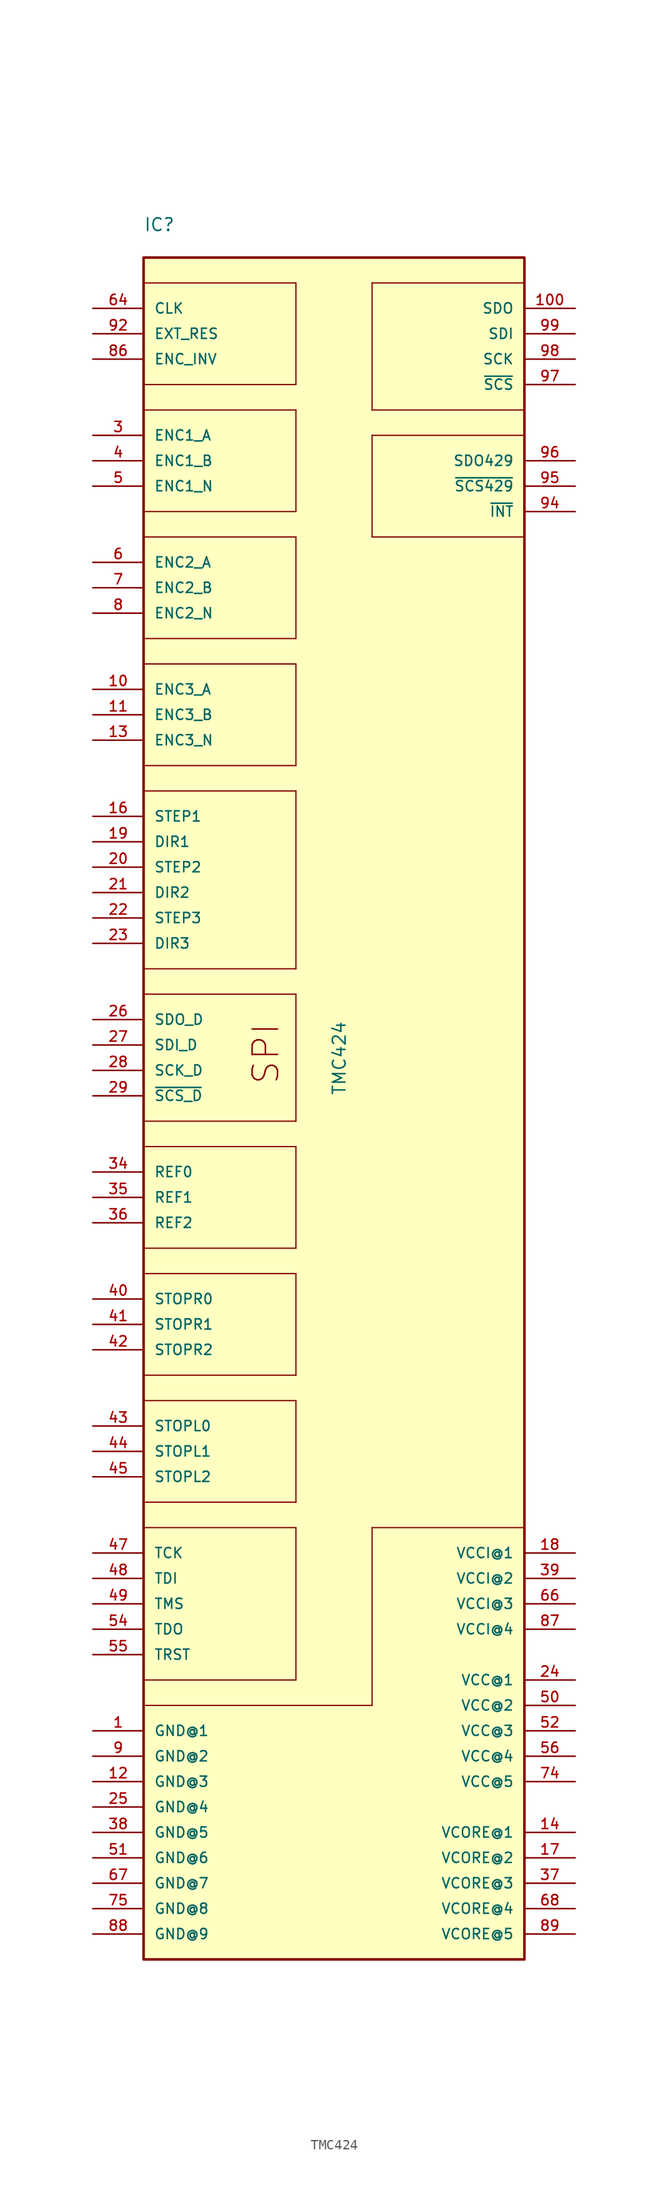
<source format=kicad_sym>
(kicad_symbol_lib
  (version 20220914)
  (generator kicad_symbol_editor)
  (symbol "TMC424"
    (pin_names
      (offset 1.016))
    (property "Reference" "IC"
      (at -20.32 76.2 0)
      (effects (font (size 1.27 1.27)) (justify left bottom)))
    (property "Value" "TMC424"
      (at 0 -10.16 90)
      (effects (font (size 1.27 1.27)) (justify left bottom)))
    (symbol "TMC424_0_0"
      (rectangle (start -20.32 -96.52) (end 17.78 73.66) (stroke (width 0.254) (type default)) (fill (type background)))
      (polyline (pts (xy -20.32 -71.12) (xy 2.54 -71.12)) (stroke (width 0.127) (type default)) (fill (type none)))
      (polyline (pts (xy -20.32 -53.34) (xy -5.08 -53.34)) (stroke (width 0.127) (type default)) (fill (type none)))
      (polyline (pts (xy -20.32 -40.64) (xy -5.08 -40.64)) (stroke (width 0.127) (type default)) (fill (type none)))
      (polyline (pts (xy -20.32 -27.94) (xy -5.08 -27.94)) (stroke (width 0.127) (type default)) (fill (type none)))
      (polyline (pts (xy -20.32 -15.24) (xy -5.08 -15.24)) (stroke (width 0.127) (type default)) (fill (type none)))
      (polyline (pts (xy -20.32 0) (xy -5.08 0)) (stroke (width 0.127) (type default)) (fill (type none)))
      (polyline (pts (xy -20.32 20.32) (xy -5.08 20.32)) (stroke (width 0.127) (type default)) (fill (type none)))
      (polyline (pts (xy -20.32 33.02) (xy -5.08 33.02)) (stroke (width 0.127) (type default)) (fill (type none)))
      (polyline (pts (xy -20.32 45.72) (xy -5.08 45.72)) (stroke (width 0.127) (type default)) (fill (type none)))
      (polyline (pts (xy -20.32 58.42) (xy -5.08 58.42)) (stroke (width 0.127) (type default)) (fill (type none)))
      (polyline (pts (xy -20.32 71.12) (xy -5.08 71.12)) (stroke (width 0.127) (type default)) (fill (type none)))
      (polyline (pts (xy -5.08 -68.58) (xy -20.32 -68.58)) (stroke (width 0.127) (type default)) (fill (type none)))
      (polyline (pts (xy -5.08 -53.34) (xy -5.08 -68.58)) (stroke (width 0.127) (type default)) (fill (type none)))
      (polyline (pts (xy -5.08 -50.8) (xy -20.32 -50.8)) (stroke (width 0.127) (type default)) (fill (type none)))
      (polyline (pts (xy -5.08 -40.64) (xy -5.08 -50.8)) (stroke (width 0.127) (type default)) (fill (type none)))
      (polyline (pts (xy -5.08 -38.1) (xy -20.32 -38.1)) (stroke (width 0.127) (type default)) (fill (type none)))
      (polyline (pts (xy -5.08 -27.94) (xy -5.08 -38.1)) (stroke (width 0.127) (type default)) (fill (type none)))
      (polyline (pts (xy -5.08 -25.4) (xy -20.32 -25.4)) (stroke (width 0.127) (type default)) (fill (type none)))
      (polyline (pts (xy -5.08 -15.24) (xy -5.08 -25.4)) (stroke (width 0.127) (type default)) (fill (type none)))
      (polyline (pts (xy -5.08 -12.7) (xy -20.32 -12.7)) (stroke (width 0.127) (type default)) (fill (type none)))
      (polyline (pts (xy -5.08 0) (xy -5.08 -12.7)) (stroke (width 0.127) (type default)) (fill (type none)))
      (polyline (pts (xy -5.08 2.54) (xy -20.32 2.54)) (stroke (width 0.127) (type default)) (fill (type none)))
      (polyline (pts (xy -5.08 20.32) (xy -5.08 2.54)) (stroke (width 0.127) (type default)) (fill (type none)))
      (polyline (pts (xy -5.08 22.86) (xy -20.32 22.86)) (stroke (width 0.127) (type default)) (fill (type none)))
      (polyline (pts (xy -5.08 33.02) (xy -5.08 22.86)) (stroke (width 0.127) (type default)) (fill (type none)))
      (polyline (pts (xy -5.08 35.56) (xy -20.32 35.56)) (stroke (width 0.127) (type default)) (fill (type none)))
      (polyline (pts (xy -5.08 45.72) (xy -5.08 35.56)) (stroke (width 0.127) (type default)) (fill (type none)))
      (polyline (pts (xy -5.08 48.26) (xy -20.32 48.26)) (stroke (width 0.127) (type default)) (fill (type none)))
      (polyline (pts (xy -5.08 58.42) (xy -5.08 48.26)) (stroke (width 0.127) (type default)) (fill (type none)))
      (polyline (pts (xy -5.08 60.96) (xy -20.32 60.96)) (stroke (width 0.127) (type default)) (fill (type none)))
      (polyline (pts (xy -5.08 71.12) (xy -5.08 60.96)) (stroke (width 0.127) (type default)) (fill (type none)))
      (polyline (pts (xy 2.54 -71.12) (xy 2.54 -53.34)) (stroke (width 0.127) (type default)) (fill (type none)))
      (polyline (pts (xy 2.54 -53.34) (xy 17.78 -53.34)) (stroke (width 0.127) (type default)) (fill (type none)))
      (polyline (pts (xy 2.54 45.72) (xy 17.78 45.72)) (stroke (width 0.127) (type default)) (fill (type none)))
      (polyline (pts (xy 2.54 55.88) (xy 2.54 45.72)) (stroke (width 0.127) (type default)) (fill (type none)))
      (polyline (pts (xy 2.54 58.42) (xy 17.78 58.42)) (stroke (width 0.127) (type default)) (fill (type none)))
      (polyline (pts (xy 2.54 71.12) (xy 2.54 58.42)) (stroke (width 0.127) (type default)) (fill (type none)))
      (polyline (pts (xy 17.78 55.88) (xy 2.54 55.88)) (stroke (width 0.127) (type default)) (fill (type none)))
      (polyline (pts (xy 17.78 71.12) (xy 2.54 71.12)) (stroke (width 0.127) (type default)) (fill (type none)))
      (text "SPI" (at -6.604 -9.144 900) (effects (font (size 2.54 2.54)) (justify left bottom)))
      (pin input line (at -25.4 -73.66 0) (length 5.08) (name "GND@1" (effects (font (size 1.016 1.016)))) (number "1" (effects (font (size 1.016 1.016)))))
      (pin input line (at -25.4 30.48 0) (length 5.08) (name "ENC3_A" (effects (font (size 1.016 1.016)))) (number "10" (effects (font (size 1.016 1.016)))))
      (pin output line (at 22.86 68.58 180) (length 5.08) (name "SDO" (effects (font (size 1.016 1.016)))) (number "100" (effects (font (size 1.016 1.016)))))
      (pin input line (at -25.4 27.94 0) (length 5.08) (name "ENC3_B" (effects (font (size 1.016 1.016)))) (number "11" (effects (font (size 1.016 1.016)))))
      (pin input line (at -25.4 -78.74 0) (length 5.08) (name "GND@3" (effects (font (size 1.016 1.016)))) (number "12" (effects (font (size 1.016 1.016)))))
      (pin input line (at -25.4 25.4 0) (length 5.08) (name "ENC3_N" (effects (font (size 1.016 1.016)))) (number "13" (effects (font (size 1.016 1.016)))))
      (pin input line (at 22.86 -83.82 180) (length 5.08) (name "VCORE@1" (effects (font (size 1.016 1.016)))) (number "14" (effects (font (size 1.016 1.016)))))
      (pin output line (at -25.4 17.78 0) (length 5.08) (name "STEP1" (effects (font (size 1.016 1.016)))) (number "16" (effects (font (size 1.016 1.016)))))
      (pin input line (at 22.86 -86.36 180) (length 5.08) (name "VCORE@2" (effects (font (size 1.016 1.016)))) (number "17" (effects (font (size 1.016 1.016)))))
      (pin input line (at 22.86 -55.88 180) (length 5.08) (name "VCCI@1" (effects (font (size 1.016 1.016)))) (number "18" (effects (font (size 1.016 1.016)))))
      (pin output line (at -25.4 15.24 0) (length 5.08) (name "DIR1" (effects (font (size 1.016 1.016)))) (number "19" (effects (font (size 1.016 1.016)))))
      (pin output line (at -25.4 12.7 0) (length 5.08) (name "STEP2" (effects (font (size 1.016 1.016)))) (number "20" (effects (font (size 1.016 1.016)))))
      (pin output line (at -25.4 10.16 0) (length 5.08) (name "DIR2" (effects (font (size 1.016 1.016)))) (number "21" (effects (font (size 1.016 1.016)))))
      (pin output line (at -25.4 7.62 0) (length 5.08) (name "STEP3" (effects (font (size 1.016 1.016)))) (number "22" (effects (font (size 1.016 1.016)))))
      (pin output line (at -25.4 5.08 0) (length 5.08) (name "DIR3" (effects (font (size 1.016 1.016)))) (number "23" (effects (font (size 1.016 1.016)))))
      (pin input line (at 22.86 -68.58 180) (length 5.08) (name "VCC@1" (effects (font (size 1.016 1.016)))) (number "24" (effects (font (size 1.016 1.016)))))
      (pin input line (at -25.4 -81.28 0) (length 5.08) (name "GND@4" (effects (font (size 1.016 1.016)))) (number "25" (effects (font (size 1.016 1.016)))))
      (pin output line (at -25.4 -2.54 0) (length 5.08) (name "SDO_D" (effects (font (size 1.016 1.016)))) (number "26" (effects (font (size 1.016 1.016)))))
      (pin input line (at -25.4 -5.08 0) (length 5.08) (name "SDI_D" (effects (font (size 1.016 1.016)))) (number "27" (effects (font (size 1.016 1.016)))))
      (pin input line (at -25.4 -7.62 0) (length 5.08) (name "SCK_D" (effects (font (size 1.016 1.016)))) (number "28" (effects (font (size 1.016 1.016)))))
      (pin input line (at -25.4 -10.16 0) (length 5.08) (name "~{SCS_D}" (effects (font (size 1.016 1.016)))) (number "29" (effects (font (size 1.016 1.016)))))
      (pin input line (at -25.4 55.88 0) (length 5.08) (name "ENC1_A" (effects (font (size 1.016 1.016)))) (number "3" (effects (font (size 1.016 1.016)))))
      (pin output line (at -25.4 -17.78 0) (length 5.08) (name "REF0" (effects (font (size 1.016 1.016)))) (number "34" (effects (font (size 1.016 1.016)))))
      (pin output line (at -25.4 -20.32 0) (length 5.08) (name "REF1" (effects (font (size 1.016 1.016)))) (number "35" (effects (font (size 1.016 1.016)))))
      (pin output line (at -25.4 -22.86 0) (length 5.08) (name "REF2" (effects (font (size 1.016 1.016)))) (number "36" (effects (font (size 1.016 1.016)))))
      (pin input line (at 22.86 -88.9 180) (length 5.08) (name "VCORE@3" (effects (font (size 1.016 1.016)))) (number "37" (effects (font (size 1.016 1.016)))))
      (pin input line (at -25.4 -83.82 0) (length 5.08) (name "GND@5" (effects (font (size 1.016 1.016)))) (number "38" (effects (font (size 1.016 1.016)))))
      (pin input line (at 22.86 -58.42 180) (length 5.08) (name "VCCI@2" (effects (font (size 1.016 1.016)))) (number "39" (effects (font (size 1.016 1.016)))))
      (pin input line (at -25.4 53.34 0) (length 5.08) (name "ENC1_B" (effects (font (size 1.016 1.016)))) (number "4" (effects (font (size 1.016 1.016)))))
      (pin input line (at -25.4 -30.48 0) (length 5.08) (name "STOPR0" (effects (font (size 1.016 1.016)))) (number "40" (effects (font (size 1.016 1.016)))))
      (pin input line (at -25.4 -33.02 0) (length 5.08) (name "STOPR1" (effects (font (size 1.016 1.016)))) (number "41" (effects (font (size 1.016 1.016)))))
      (pin input line (at -25.4 -35.56 0) (length 5.08) (name "STOPR2" (effects (font (size 1.016 1.016)))) (number "42" (effects (font (size 1.016 1.016)))))
      (pin input line (at -25.4 -43.18 0) (length 5.08) (name "STOPL0" (effects (font (size 1.016 1.016)))) (number "43" (effects (font (size 1.016 1.016)))))
      (pin input line (at -25.4 -45.72 0) (length 5.08) (name "STOPL1" (effects (font (size 1.016 1.016)))) (number "44" (effects (font (size 1.016 1.016)))))
      (pin input line (at -25.4 -48.26 0) (length 5.08) (name "STOPL2" (effects (font (size 1.016 1.016)))) (number "45" (effects (font (size 1.016 1.016)))))
      (pin input line (at -25.4 -55.88 0) (length 5.08) (name "TCK" (effects (font (size 1.016 1.016)))) (number "47" (effects (font (size 1.016 1.016)))))
      (pin input line (at -25.4 -58.42 0) (length 5.08) (name "TDI" (effects (font (size 1.016 1.016)))) (number "48" (effects (font (size 1.016 1.016)))))
      (pin input line (at -25.4 -60.96 0) (length 5.08) (name "TMS" (effects (font (size 1.016 1.016)))) (number "49" (effects (font (size 1.016 1.016)))))
      (pin input line (at -25.4 50.8 0) (length 5.08) (name "ENC1_N" (effects (font (size 1.016 1.016)))) (number "5" (effects (font (size 1.016 1.016)))))
      (pin input line (at 22.86 -71.12 180) (length 5.08) (name "VCC@2" (effects (font (size 1.016 1.016)))) (number "50" (effects (font (size 1.016 1.016)))))
      (pin input line (at -25.4 -86.36 0) (length 5.08) (name "GND@6" (effects (font (size 1.016 1.016)))) (number "51" (effects (font (size 1.016 1.016)))))
      (pin input line (at 22.86 -73.66 180) (length 5.08) (name "VCC@3" (effects (font (size 1.016 1.016)))) (number "52" (effects (font (size 1.016 1.016)))))
      (pin output line (at -25.4 -63.5 0) (length 5.08) (name "TDO" (effects (font (size 1.016 1.016)))) (number "54" (effects (font (size 1.016 1.016)))))
      (pin input line (at -25.4 -66.04 0) (length 5.08) (name "TRST" (effects (font (size 1.016 1.016)))) (number "55" (effects (font (size 1.016 1.016)))))
      (pin input line (at 22.86 -76.2 180) (length 5.08) (name "VCC@4" (effects (font (size 1.016 1.016)))) (number "56" (effects (font (size 1.016 1.016)))))
      (pin input line (at -25.4 43.18 0) (length 5.08) (name "ENC2_A" (effects (font (size 1.016 1.016)))) (number "6" (effects (font (size 1.016 1.016)))))
      (pin bidirectional line (at -25.4 68.58 0) (length 5.08) (name "CLK" (effects (font (size 1.016 1.016)))) (number "64" (effects (font (size 1.016 1.016)))))
      (pin input line (at 22.86 -60.96 180) (length 5.08) (name "VCCI@3" (effects (font (size 1.016 1.016)))) (number "66" (effects (font (size 1.016 1.016)))))
      (pin input line (at -25.4 -88.9 0) (length 5.08) (name "GND@7" (effects (font (size 1.016 1.016)))) (number "67" (effects (font (size 1.016 1.016)))))
      (pin input line (at 22.86 -91.44 180) (length 5.08) (name "VCORE@4" (effects (font (size 1.016 1.016)))) (number "68" (effects (font (size 1.016 1.016)))))
      (pin input line (at -25.4 40.64 0) (length 5.08) (name "ENC2_B" (effects (font (size 1.016 1.016)))) (number "7" (effects (font (size 1.016 1.016)))))
      (pin input line (at 22.86 -78.74 180) (length 5.08) (name "VCC@5" (effects (font (size 1.016 1.016)))) (number "74" (effects (font (size 1.016 1.016)))))
      (pin input line (at -25.4 -91.44 0) (length 5.08) (name "GND@8" (effects (font (size 1.016 1.016)))) (number "75" (effects (font (size 1.016 1.016)))))
      (pin input line (at -25.4 38.1 0) (length 5.08) (name "ENC2_N" (effects (font (size 1.016 1.016)))) (number "8" (effects (font (size 1.016 1.016)))))
      (pin bidirectional line (at -25.4 63.5 0) (length 5.08) (name "ENC_INV" (effects (font (size 1.016 1.016)))) (number "86" (effects (font (size 1.016 1.016)))))
      (pin input line (at 22.86 -63.5 180) (length 5.08) (name "VCCI@4" (effects (font (size 1.016 1.016)))) (number "87" (effects (font (size 1.016 1.016)))))
      (pin input line (at -25.4 -93.98 0) (length 5.08) (name "GND@9" (effects (font (size 1.016 1.016)))) (number "88" (effects (font (size 1.016 1.016)))))
      (pin input line (at 22.86 -93.98 180) (length 5.08) (name "VCORE@5" (effects (font (size 1.016 1.016)))) (number "89" (effects (font (size 1.016 1.016)))))
      (pin input line (at -25.4 -76.2 0) (length 5.08) (name "GND@2" (effects (font (size 1.016 1.016)))) (number "9" (effects (font (size 1.016 1.016)))))
      (pin bidirectional line (at -25.4 66.04 0) (length 5.08) (name "EXT_RES" (effects (font (size 1.016 1.016)))) (number "92" (effects (font (size 1.016 1.016)))))
      (pin output line (at 22.86 48.26 180) (length 5.08) (name "~{INT}" (effects (font (size 1.016 1.016)))) (number "94" (effects (font (size 1.016 1.016)))))
      (pin input line (at 22.86 60.96 180) (length 5.08) (name "~{SCS}" (effects (font (size 1.016 1.016)))) (number "97" (effects (font (size 1.016 1.016)))))
      (pin input line (at 22.86 63.5 180) (length 5.08) (name "SCK" (effects (font (size 1.016 1.016)))) (number "98" (effects (font (size 1.016 1.016)))))
      (pin input line (at 22.86 66.04 180) (length 5.08) (name "SDI" (effects (font (size 1.016 1.016)))) (number "99" (effects (font (size 1.016 1.016))))))
    (symbol "TMC424_1_0"
      (pin input line (at 22.86 50.8 180) (length 5.08) (name "~{SCS429}" (effects (font (size 1.016 1.016)))) (number "95" (effects (font (size 1.016 1.016)))))
      (pin input line (at 22.86 53.34 180) (length 5.08) (name "SDO429" (effects (font (size 1.016 1.016)))) (number "96" (effects (font (size 1.016 1.016))))))))
</source>
